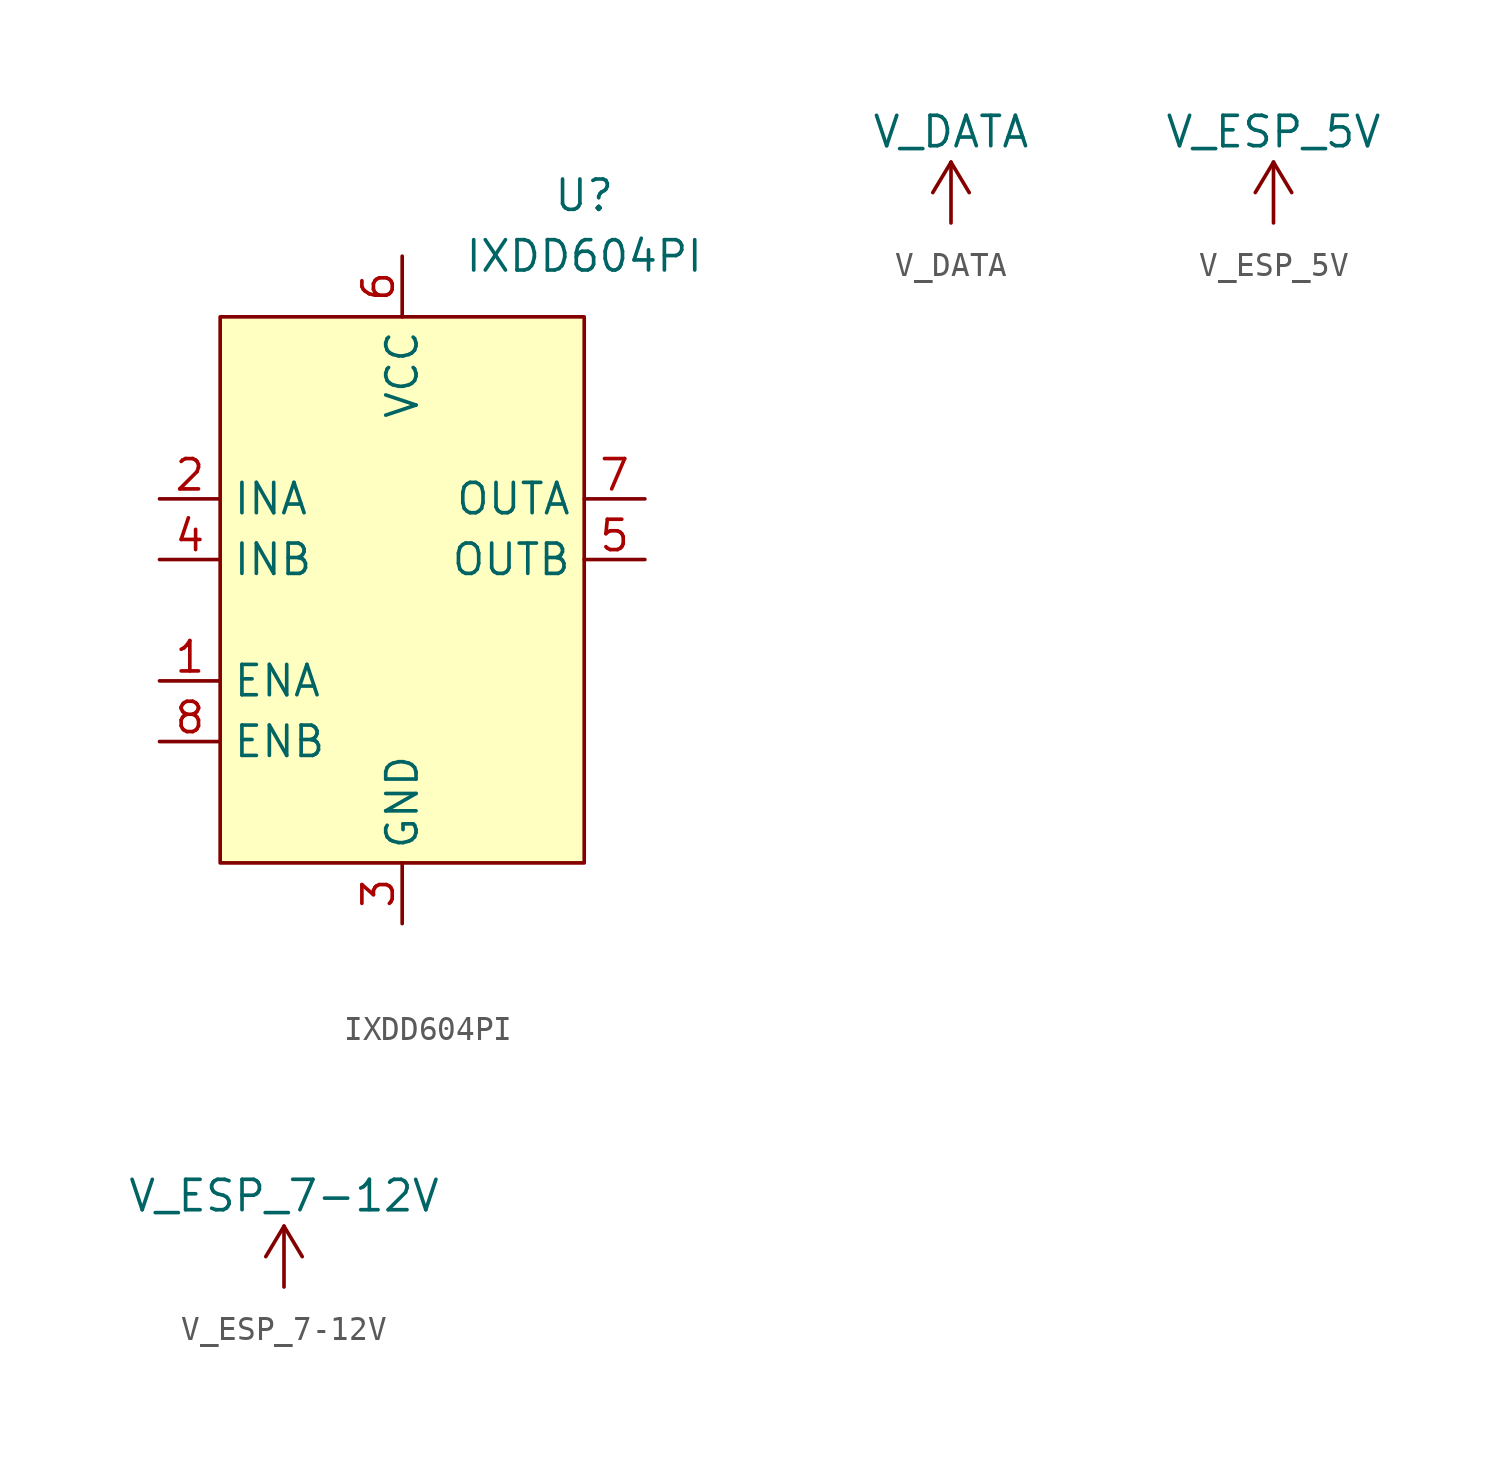
<source format=kicad_sym>
(kicad_symbol_lib
  (version 20220914)
  (generator kicad_symbol_editor)
  (symbol "IXDD604PI"
    (property "Reference" "U"
      (at 10.16 22.86 0)
      (effects (font (size 1.27 1.27))))
    (property "Value" "IXDD604PI"
      (at 10.16 20.32 0)
      (effects (font (size 1.27 1.27))))
    (symbol "IXDD604PI_1_1"
      (rectangle (start -5.08 17.78) (end 10.16 -5.08) (stroke (width 0) (type default)) (fill (type background)))
      (pin input line (at -7.62 2.54 0) (length 2.54) (name "ENA" (effects (font (size 1.27 1.27)))) (number "1" (effects (font (size 1.27 1.27)))))
      (pin input line (at -7.62 10.16 0) (length 2.54) (name "INA" (effects (font (size 1.27 1.27)))) (number "2" (effects (font (size 1.27 1.27)))))
      (pin power_in line (at 2.54 -7.62 90) (length 2.54) (name "GND" (effects (font (size 1.27 1.27)))) (number "3" (effects (font (size 1.27 1.27)))))
      (pin input line (at -7.62 7.62 0) (length 2.54) (name "INB" (effects (font (size 1.27 1.27)))) (number "4" (effects (font (size 1.27 1.27)))))
      (pin output line (at 12.7 7.62 180) (length 2.54) (name "OUTB" (effects (font (size 1.27 1.27)))) (number "5" (effects (font (size 1.27 1.27)))))
      (pin power_in line (at 2.54 20.32 270) (length 2.54) (name "VCC" (effects (font (size 1.27 1.27)))) (number "6" (effects (font (size 1.27 1.27)))))
      (pin output line (at 12.7 10.16 180) (length 2.54) (name "OUTA" (effects (font (size 1.27 1.27)))) (number "7" (effects (font (size 1.27 1.27)))))
      (pin input line (at -7.62 0 0) (length 2.54) (name "ENB" (effects (font (size 1.27 1.27)))) (number "8" (effects (font (size 1.27 1.27)))))))
  (symbol "V_DATA"
    (power)
    (pin_names
      (offset 0))
    (property "Reference" "#PWR"
      (at 7.62 -2.54 0)
      (effects (font (size 1.27 1.27)) hide))
    (property "Value" "V_DATA"
      (at 0 3.81 0)
      (effects (font (size 1.27 1.27))))
    (symbol "V_DATA_0_1"
      (polyline (pts (xy -0.762 1.27) (xy 0 2.54)) (stroke (width 0) (type default)) (fill (type none)))
      (polyline (pts (xy 0 0) (xy 0 2.54)) (stroke (width 0) (type default)) (fill (type none)))
      (polyline (pts (xy 0 2.54) (xy 0.762 1.27)) (stroke (width 0) (type default)) (fill (type none))))
    (symbol "V_DATA_1_1"
      (pin power_in line (at 0 0 90) (length 0) hide (name "V_DATA" (effects (font (size 1.27 1.27)))) (number "1" (effects (font (size 1.27 1.27)))))))
  (symbol "V_ESP_5V"
    (power)
    (pin_names
      (offset 0))
    (property "Reference" "#PWR"
      (at 7.62 -2.54 0)
      (effects (font (size 1.27 1.27)) hide))
    (property "Value" "V_ESP_5V"
      (at 0 3.81 0)
      (effects (font (size 1.27 1.27))))
    (symbol "V_ESP_5V_0_1"
      (polyline (pts (xy -0.762 1.27) (xy 0 2.54)) (stroke (width 0) (type default)) (fill (type none)))
      (polyline (pts (xy 0 0) (xy 0 2.54)) (stroke (width 0) (type default)) (fill (type none)))
      (polyline (pts (xy 0 2.54) (xy 0.762 1.27)) (stroke (width 0) (type default)) (fill (type none))))
    (symbol "V_ESP_5V_1_1"
      (pin power_in line (at 0 0 90) (length 0) hide (name "V_ESP_5V" (effects (font (size 1.27 1.27)))) (number "1" (effects (font (size 1.27 1.27)))))))
  (symbol "V_ESP_7-12V"
    (power)
    (pin_names
      (offset 0))
    (property "Reference" "#PWR"
      (at 7.62 -2.54 0)
      (effects (font (size 1.27 1.27)) hide))
    (property "Value" "V_ESP_7-12V"
      (at 0 3.81 0)
      (effects (font (size 1.27 1.27))))
    (symbol "V_ESP_7-12V_0_1"
      (polyline (pts (xy -0.762 1.27) (xy 0 2.54)) (stroke (width 0) (type default)) (fill (type none)))
      (polyline (pts (xy 0 0) (xy 0 2.54)) (stroke (width 0) (type default)) (fill (type none)))
      (polyline (pts (xy 0 2.54) (xy 0.762 1.27)) (stroke (width 0) (type default)) (fill (type none))))
    (symbol "V_ESP_7-12V_1_1"
      (pin power_in line (at 0 0 90) (length 0) hide (name "V_ESP_7-12V" (effects (font (size 1.27 1.27)))) (number "1" (effects (font (size 1.27 1.27))))))))
</source>
